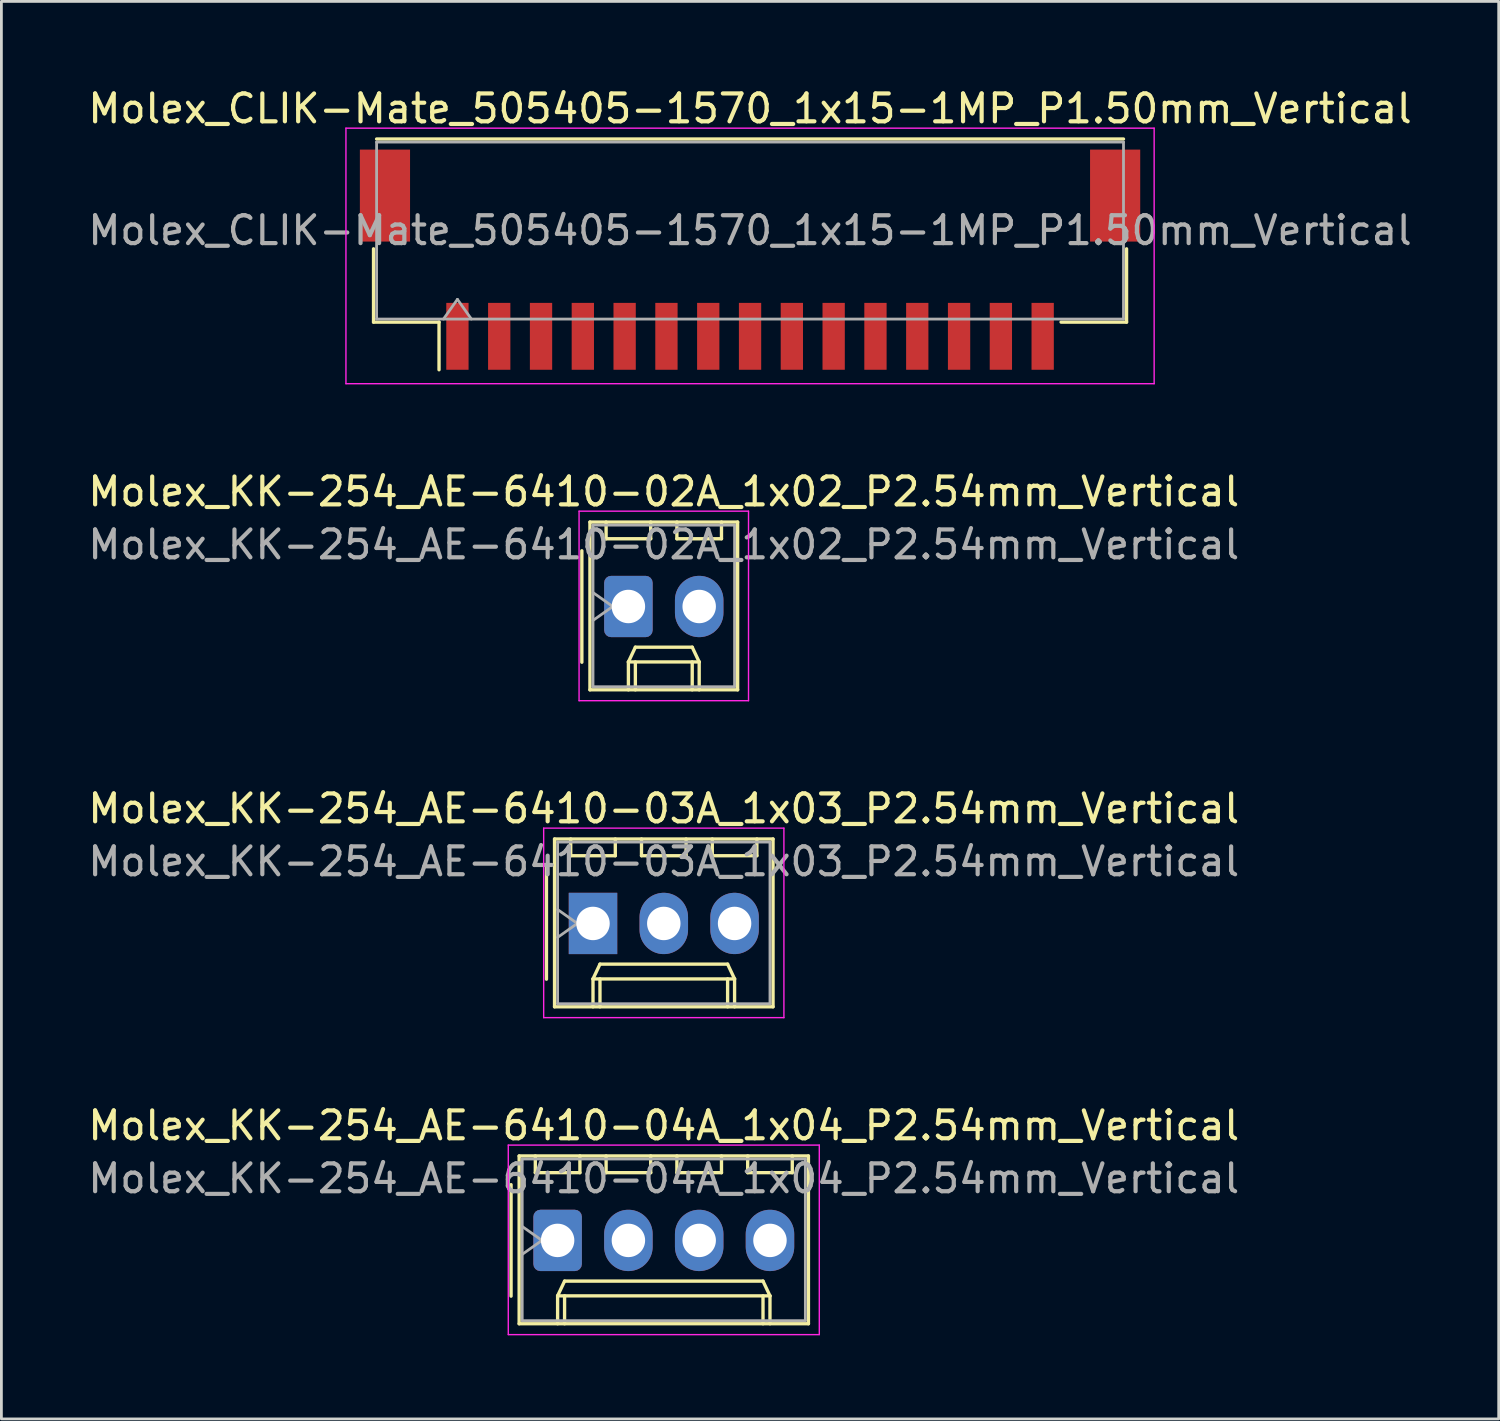
<source format=kicad_pcb>
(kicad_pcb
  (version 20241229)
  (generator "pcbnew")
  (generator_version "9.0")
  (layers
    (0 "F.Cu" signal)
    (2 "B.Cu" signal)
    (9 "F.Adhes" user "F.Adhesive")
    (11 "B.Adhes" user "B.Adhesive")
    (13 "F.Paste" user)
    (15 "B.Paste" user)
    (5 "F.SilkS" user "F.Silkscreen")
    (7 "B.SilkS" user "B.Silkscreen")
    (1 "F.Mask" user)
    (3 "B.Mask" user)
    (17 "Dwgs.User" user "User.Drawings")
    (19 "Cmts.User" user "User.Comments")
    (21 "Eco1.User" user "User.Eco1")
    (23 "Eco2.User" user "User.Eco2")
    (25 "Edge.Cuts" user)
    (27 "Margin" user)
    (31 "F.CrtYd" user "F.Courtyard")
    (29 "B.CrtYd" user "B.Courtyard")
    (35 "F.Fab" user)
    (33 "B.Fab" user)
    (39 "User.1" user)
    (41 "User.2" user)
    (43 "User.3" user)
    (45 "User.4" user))
  (footprint "Molex_KK-254_AE-6410-04A_1x04_P2.54mm_Vertical"
    (layer "F.Cu")
    (at 16.958 41.458)
    (property "Reference" "Molex_KK-254_AE-6410-04A_1x04_P2.54mm_Vertical" (at 3.81 -4.12 0) (layer "F.SilkS") (effects (font (size 1 1) (thickness 0.15))))
    (attr through_hole)
    (fp_line (start -1.67 -2) (end -1.67 2) (stroke (width 0.12) (type solid)) (layer "F.SilkS"))
    (fp_line (start -1.38 -3.03) (end -1.38 2.99) (stroke (width 0.12) (type solid)) (layer "F.SilkS"))
    (fp_line (start -1.38 2.99) (end 9 2.99) (stroke (width 0.12) (type solid)) (layer "F.SilkS"))
    (fp_line (start -0.8 -3.03) (end -0.8 -2.43) (stroke (width 0.12) (type solid)) (layer "F.SilkS"))
    (fp_line (start -0.8 -2.43) (end 0.8 -2.43) (stroke (width 0.12) (type solid)) (layer "F.SilkS"))
    (fp_line (start 0 1.99) (end 0.25 1.46) (stroke (width 0.12) (type solid)) (layer "F.SilkS"))
    (fp_line (start 0 1.99) (end 7.62 1.99) (stroke (width 0.12) (type solid)) (layer "F.SilkS"))
    (fp_line (start 0 2.99) (end 0 1.99) (stroke (width 0.12) (type solid)) (layer "F.SilkS"))
    (fp_line (start 0.25 1.46) (end 7.37 1.46) (stroke (width 0.12) (type solid)) (layer "F.SilkS"))
    (fp_line (start 0.25 2.99) (end 0.25 1.99) (stroke (width 0.12) (type solid)) (layer "F.SilkS"))
    (fp_line (start 0.8 -2.43) (end 0.8 -3.03) (stroke (width 0.12) (type solid)) (layer "F.SilkS"))
    (fp_line (start 1.74 -3.03) (end 1.74 -2.43) (stroke (width 0.12) (type solid)) (layer "F.SilkS"))
    (fp_line (start 1.74 -2.43) (end 3.34 -2.43) (stroke (width 0.12) (type solid)) (layer "F.SilkS"))
    (fp_line (start 3.34 -2.43) (end 3.34 -3.03) (stroke (width 0.12) (type solid)) (layer "F.SilkS"))
    (fp_line (start 4.28 -3.03) (end 4.28 -2.43) (stroke (width 0.12) (type solid)) (layer "F.SilkS"))
    (fp_line (start 4.28 -2.43) (end 5.88 -2.43) (stroke (width 0.12) (type solid)) (layer "F.SilkS"))
    (fp_line (start 5.88 -2.43) (end 5.88 -3.03) (stroke (width 0.12) (type solid)) (layer "F.SilkS"))
    (fp_line (start 6.82 -3.03) (end 6.82 -2.43) (stroke (width 0.12) (type solid)) (layer "F.SilkS"))
    (fp_line (start 6.82 -2.43) (end 8.42 -2.43) (stroke (width 0.12) (type solid)) (layer "F.SilkS"))
    (fp_line (start 7.37 1.46) (end 7.62 1.99) (stroke (width 0.12) (type solid)) (layer "F.SilkS"))
    (fp_line (start 7.37 2.99) (end 7.37 1.99) (stroke (width 0.12) (type solid)) (layer "F.SilkS"))
    (fp_line (start 7.62 1.99) (end 7.62 2.99) (stroke (width 0.12) (type solid)) (layer "F.SilkS"))
    (fp_line (start 8.42 -2.43) (end 8.42 -3.03) (stroke (width 0.12) (type solid)) (layer "F.SilkS"))
    (fp_line (start 9 -3.03) (end -1.38 -3.03) (stroke (width 0.12) (type solid)) (layer "F.SilkS"))
    (fp_line (start 9 2.99) (end 9 -3.03) (stroke (width 0.12) (type solid)) (layer "F.SilkS"))
    (fp_line (start -1.77 -3.42) (end -1.77 3.38) (stroke (width 0.05) (type solid)) (layer "F.CrtYd"))
    (fp_line (start -1.77 3.38) (end 9.39 3.38) (stroke (width 0.05) (type solid)) (layer "F.CrtYd"))
    (fp_line (start 9.39 -3.42) (end -1.77 -3.42) (stroke (width 0.05) (type solid)) (layer "F.CrtYd"))
    (fp_line (start 9.39 3.38) (end 9.39 -3.42) (stroke (width 0.05) (type solid)) (layer "F.CrtYd"))
    (fp_line (start -1.27 -2.92) (end -1.27 2.88) (stroke (width 0.1) (type solid)) (layer "F.Fab"))
    (fp_line (start -1.27 -0.5) (end -0.563 0) (stroke (width 0.1) (type solid)) (layer "F.Fab"))
    (fp_line (start -1.27 2.88) (end 8.89 2.88) (stroke (width 0.1) (type solid)) (layer "F.Fab"))
    (fp_line (start -0.563 0) (end -1.27 0.5) (stroke (width 0.1) (type solid)) (layer "F.Fab"))
    (fp_line (start 8.89 -2.92) (end -1.27 -2.92) (stroke (width 0.1) (type solid)) (layer "F.Fab"))
    (fp_line (start 8.89 2.88) (end 8.89 -2.92) (stroke (width 0.1) (type solid)) (layer "F.Fab"))
    (fp_text user "${REFERENCE}" (at 3.81 -2.22 0) (layer "F.Fab") (effects (font (size 1 1) (thickness 0.15))))
    (pad "1" thru_hole roundrect (at 0 0) (size 1.74 2.2) (drill 1.2) (layers "*.Cu" "*.Mask") (roundrect_rratio 0.144))
    (pad "2" thru_hole oval (at 2.54 0) (size 1.74 2.2) (drill 1.2) (layers "*.Cu" "*.Mask"))
    (pad "3" thru_hole oval (at 5.08 0) (size 1.74 2.2) (drill 1.2) (layers "*.Cu" "*.Mask"))
    (pad "4" thru_hole oval (at 7.62 0) (size 1.74 2.2) (drill 1.2) (layers "*.Cu" "*.Mask")))
  (footprint "Molex_KK-254_AE-6410-03A_1x03_P2.54mm_Vertical"
    (layer "F.Cu")
    (at 18.228 30.085)
    (property "Reference" "Molex_KK-254_AE-6410-03A_1x03_P2.54mm_Vertical" (at 2.54 -4.12 0) (layer "F.SilkS") (effects (font (size 1 1) (thickness 0.15))))
    (attr through_hole)
    (fp_line (start -1.67 -2) (end -1.67 2) (stroke (width 0.12) (type solid)) (layer "F.SilkS"))
    (fp_line (start -1.38 -3.03) (end -1.38 2.99) (stroke (width 0.12) (type solid)) (layer "F.SilkS"))
    (fp_line (start -1.38 2.99) (end 6.46 2.99) (stroke (width 0.12) (type solid)) (layer "F.SilkS"))
    (fp_line (start -0.8 -3.03) (end -0.8 -2.43) (stroke (width 0.12) (type solid)) (layer "F.SilkS"))
    (fp_line (start -0.8 -2.43) (end 0.8 -2.43) (stroke (width 0.12) (type solid)) (layer "F.SilkS"))
    (fp_line (start 0 1.99) (end 0.25 1.46) (stroke (width 0.12) (type solid)) (layer "F.SilkS"))
    (fp_line (start 0 1.99) (end 5.08 1.99) (stroke (width 0.12) (type solid)) (layer "F.SilkS"))
    (fp_line (start 0 2.99) (end 0 1.99) (stroke (width 0.12) (type solid)) (layer "F.SilkS"))
    (fp_line (start 0.25 1.46) (end 4.83 1.46) (stroke (width 0.12) (type solid)) (layer "F.SilkS"))
    (fp_line (start 0.25 2.99) (end 0.25 1.99) (stroke (width 0.12) (type solid)) (layer "F.SilkS"))
    (fp_line (start 0.8 -2.43) (end 0.8 -3.03) (stroke (width 0.12) (type solid)) (layer "F.SilkS"))
    (fp_line (start 1.74 -3.03) (end 1.74 -2.43) (stroke (width 0.12) (type solid)) (layer "F.SilkS"))
    (fp_line (start 1.74 -2.43) (end 3.34 -2.43) (stroke (width 0.12) (type solid)) (layer "F.SilkS"))
    (fp_line (start 3.34 -2.43) (end 3.34 -3.03) (stroke (width 0.12) (type solid)) (layer "F.SilkS"))
    (fp_line (start 4.28 -3.03) (end 4.28 -2.43) (stroke (width 0.12) (type solid)) (layer "F.SilkS"))
    (fp_line (start 4.28 -2.43) (end 5.88 -2.43) (stroke (width 0.12) (type solid)) (layer "F.SilkS"))
    (fp_line (start 4.83 1.46) (end 5.08 1.99) (stroke (width 0.12) (type solid)) (layer "F.SilkS"))
    (fp_line (start 4.83 2.99) (end 4.83 1.99) (stroke (width 0.12) (type solid)) (layer "F.SilkS"))
    (fp_line (start 5.08 1.99) (end 5.08 2.99) (stroke (width 0.12) (type solid)) (layer "F.SilkS"))
    (fp_line (start 5.88 -2.43) (end 5.88 -3.03) (stroke (width 0.12) (type solid)) (layer "F.SilkS"))
    (fp_line (start 6.46 -3.03) (end -1.38 -3.03) (stroke (width 0.12) (type solid)) (layer "F.SilkS"))
    (fp_line (start 6.46 2.99) (end 6.46 -3.03) (stroke (width 0.12) (type solid)) (layer "F.SilkS"))
    (fp_line (start -1.77 -3.42) (end -1.77 3.38) (stroke (width 0.05) (type solid)) (layer "F.CrtYd"))
    (fp_line (start -1.77 3.38) (end 6.85 3.38) (stroke (width 0.05) (type solid)) (layer "F.CrtYd"))
    (fp_line (start 6.85 -3.42) (end -1.77 -3.42) (stroke (width 0.05) (type solid)) (layer "F.CrtYd"))
    (fp_line (start 6.85 3.38) (end 6.85 -3.42) (stroke (width 0.05) (type solid)) (layer "F.CrtYd"))
    (fp_line (start -1.27 -2.92) (end -1.27 2.88) (stroke (width 0.1) (type solid)) (layer "F.Fab"))
    (fp_line (start -1.27 -0.5) (end -0.563 0) (stroke (width 0.1) (type solid)) (layer "F.Fab"))
    (fp_line (start -1.27 2.88) (end 6.35 2.88) (stroke (width 0.1) (type solid)) (layer "F.Fab"))
    (fp_line (start -0.563 0) (end -1.27 0.5) (stroke (width 0.1) (type solid)) (layer "F.Fab"))
    (fp_line (start 6.35 -2.92) (end -1.27 -2.92) (stroke (width 0.1) (type solid)) (layer "F.Fab"))
    (fp_line (start 6.35 2.88) (end 6.35 -2.92) (stroke (width 0.1) (type solid)) (layer "F.Fab"))
    (fp_text user "${REFERENCE}" (at 2.54 -2.22 0) (layer "F.Fab") (effects (font (size 1 1) (thickness 0.15))))
    (pad "1" thru_hole rect (at 0 0) (size 1.74 2.2) (drill 1.2) (layers "*.Cu" "*.Mask"))
    (pad "2" thru_hole oval (at 2.54 0) (size 1.74 2.2) (drill 1.2) (layers "*.Cu" "*.Mask"))
    (pad "3" thru_hole oval (at 5.08 0) (size 1.74 2.2) (drill 1.2) (layers "*.Cu" "*.Mask")))
  (footprint "Molex_KK-254_AE-6410-02A_1x02_P2.54mm_Vertical"
    (layer "F.Cu")
    (at 19.498 18.712)
    (property "Reference" "Molex_KK-254_AE-6410-02A_1x02_P2.54mm_Vertical" (at 1.27 -4.12 0) (layer "F.SilkS") (effects (font (size 1 1) (thickness 0.15))))
    (attr through_hole)
    (fp_line (start -1.67 -2) (end -1.67 2) (stroke (width 0.12) (type solid)) (layer "F.SilkS"))
    (fp_line (start -1.38 -3.03) (end -1.38 2.99) (stroke (width 0.12) (type solid)) (layer "F.SilkS"))
    (fp_line (start -1.38 2.99) (end 3.92 2.99) (stroke (width 0.12) (type solid)) (layer "F.SilkS"))
    (fp_line (start -0.8 -3.03) (end -0.8 -2.43) (stroke (width 0.12) (type solid)) (layer "F.SilkS"))
    (fp_line (start -0.8 -2.43) (end 0.8 -2.43) (stroke (width 0.12) (type solid)) (layer "F.SilkS"))
    (fp_line (start 0 1.99) (end 0.25 1.46) (stroke (width 0.12) (type solid)) (layer "F.SilkS"))
    (fp_line (start 0 1.99) (end 2.54 1.99) (stroke (width 0.12) (type solid)) (layer "F.SilkS"))
    (fp_line (start 0 2.99) (end 0 1.99) (stroke (width 0.12) (type solid)) (layer "F.SilkS"))
    (fp_line (start 0.25 1.46) (end 2.29 1.46) (stroke (width 0.12) (type solid)) (layer "F.SilkS"))
    (fp_line (start 0.25 2.99) (end 0.25 1.99) (stroke (width 0.12) (type solid)) (layer "F.SilkS"))
    (fp_line (start 0.8 -2.43) (end 0.8 -3.03) (stroke (width 0.12) (type solid)) (layer "F.SilkS"))
    (fp_line (start 1.74 -3.03) (end 1.74 -2.43) (stroke (width 0.12) (type solid)) (layer "F.SilkS"))
    (fp_line (start 1.74 -2.43) (end 3.34 -2.43) (stroke (width 0.12) (type solid)) (layer "F.SilkS"))
    (fp_line (start 2.29 1.46) (end 2.54 1.99) (stroke (width 0.12) (type solid)) (layer "F.SilkS"))
    (fp_line (start 2.29 2.99) (end 2.29 1.99) (stroke (width 0.12) (type solid)) (layer "F.SilkS"))
    (fp_line (start 2.54 1.99) (end 2.54 2.99) (stroke (width 0.12) (type solid)) (layer "F.SilkS"))
    (fp_line (start 3.34 -2.43) (end 3.34 -3.03) (stroke (width 0.12) (type solid)) (layer "F.SilkS"))
    (fp_line (start 3.92 -3.03) (end -1.38 -3.03) (stroke (width 0.12) (type solid)) (layer "F.SilkS"))
    (fp_line (start 3.92 2.99) (end 3.92 -3.03) (stroke (width 0.12) (type solid)) (layer "F.SilkS"))
    (fp_line (start -1.77 -3.42) (end -1.77 3.38) (stroke (width 0.05) (type solid)) (layer "F.CrtYd"))
    (fp_line (start -1.77 3.38) (end 4.31 3.38) (stroke (width 0.05) (type solid)) (layer "F.CrtYd"))
    (fp_line (start 4.31 -3.42) (end -1.77 -3.42) (stroke (width 0.05) (type solid)) (layer "F.CrtYd"))
    (fp_line (start 4.31 3.38) (end 4.31 -3.42) (stroke (width 0.05) (type solid)) (layer "F.CrtYd"))
    (fp_line (start -1.27 -2.92) (end -1.27 2.88) (stroke (width 0.1) (type solid)) (layer "F.Fab"))
    (fp_line (start -1.27 -0.5) (end -0.563 0) (stroke (width 0.1) (type solid)) (layer "F.Fab"))
    (fp_line (start -1.27 2.88) (end 3.81 2.88) (stroke (width 0.1) (type solid)) (layer "F.Fab"))
    (fp_line (start -0.563 0) (end -1.27 0.5) (stroke (width 0.1) (type solid)) (layer "F.Fab"))
    (fp_line (start 3.81 -2.92) (end -1.27 -2.92) (stroke (width 0.1) (type solid)) (layer "F.Fab"))
    (fp_line (start 3.81 2.88) (end 3.81 -2.92) (stroke (width 0.1) (type solid)) (layer "F.Fab"))
    (fp_text user "${REFERENCE}" (at 1.27 -2.22 0) (layer "F.Fab") (effects (font (size 1 1) (thickness 0.15))))
    (pad "1" thru_hole roundrect (at 0 0) (size 1.74 2.2) (drill 1.2) (layers "*.Cu" "*.Mask") (roundrect_rratio 0.144))
    (pad "2" thru_hole oval (at 2.54 0) (size 1.74 2.2) (drill 1.2) (layers "*.Cu" "*.Mask")))
  (footprint "Molex_CLIK-Mate_505405-1570_1x15-1MP_P1.50mm_Vertical"
    (layer "F.Cu")
    (at 23.863 6.268)
    (property "Reference" "Molex_CLIK-Mate_505405-1570_1x15-1MP_P1.50mm_Vertical" (at 0 -5.42 0) (layer "F.SilkS") (effects (font (size 1 1) (thickness 0.15))))
    (attr smd)
    (fp_line (start -13.51 -0.39) (end -13.51 2.24) (stroke (width 0.12) (type solid)) (layer "F.SilkS"))
    (fp_line (start -13.51 2.24) (end -11.16 2.24) (stroke (width 0.12) (type solid)) (layer "F.SilkS"))
    (fp_line (start -13.4 -4.33) (end 13.4 -4.33) (stroke (width 0.12) (type solid)) (layer "F.SilkS"))
    (fp_line (start -11.16 2.24) (end -11.16 3.95) (stroke (width 0.12) (type solid)) (layer "F.SilkS"))
    (fp_line (start 13.51 -0.39) (end 13.51 2.24) (stroke (width 0.12) (type solid)) (layer "F.SilkS"))
    (fp_line (start 13.51 2.24) (end 11.16 2.24) (stroke (width 0.12) (type solid)) (layer "F.SilkS"))
    (fp_line (start -14.5 -4.72) (end -14.5 4.45) (stroke (width 0.05) (type solid)) (layer "F.CrtYd"))
    (fp_line (start -14.5 4.45) (end 14.5 4.45) (stroke (width 0.05) (type solid)) (layer "F.CrtYd"))
    (fp_line (start 14.5 -4.72) (end -14.5 -4.72) (stroke (width 0.05) (type solid)) (layer "F.CrtYd"))
    (fp_line (start 14.5 4.45) (end 14.5 -4.72) (stroke (width 0.05) (type solid)) (layer "F.CrtYd"))
    (fp_line (start -13.4 -4.22) (end 13.4 -4.22) (stroke (width 0.1) (type solid)) (layer "F.Fab"))
    (fp_line (start -13.4 2.13) (end -13.4 -4.22) (stroke (width 0.1) (type solid)) (layer "F.Fab"))
    (fp_line (start -13.4 2.13) (end 13.4 2.13) (stroke (width 0.1) (type solid)) (layer "F.Fab"))
    (fp_line (start -11 2.13) (end -10.5 1.423) (stroke (width 0.1) (type solid)) (layer "F.Fab"))
    (fp_line (start -10.5 1.423) (end -10 2.13) (stroke (width 0.1) (type solid)) (layer "F.Fab"))
    (fp_line (start 13.4 2.13) (end 13.4 -4.22) (stroke (width 0.1) (type solid)) (layer "F.Fab"))
    (fp_text user "${REFERENCE}" (at 0 -1.05 0) (layer "F.Fab") (effects (font (size 1 1) (thickness 0.15))))
    (pad "1" smd rect (at -10.5 2.75) (size 0.8 2.4) (layers "F.Cu" "F.Mask" "F.Paste"))
    (pad "2" smd rect (at -9 2.75) (size 0.8 2.4) (layers "F.Cu" "F.Mask" "F.Paste"))
    (pad "3" smd rect (at -7.5 2.75) (size 0.8 2.4) (layers "F.Cu" "F.Mask" "F.Paste"))
    (pad "4" smd rect (at -6 2.75) (size 0.8 2.4) (layers "F.Cu" "F.Mask" "F.Paste"))
    (pad "5" smd rect (at -4.5 2.75) (size 0.8 2.4) (layers "F.Cu" "F.Mask" "F.Paste"))
    (pad "6" smd rect (at -3 2.75) (size 0.8 2.4) (layers "F.Cu" "F.Mask" "F.Paste"))
    (pad "7" smd rect (at -1.5 2.75) (size 0.8 2.4) (layers "F.Cu" "F.Mask" "F.Paste"))
    (pad "8" smd rect (at 0 2.75) (size 0.8 2.4) (layers "F.Cu" "F.Mask" "F.Paste"))
    (pad "9" smd rect (at 1.5 2.75) (size 0.8 2.4) (layers "F.Cu" "F.Mask" "F.Paste"))
    (pad "10" smd rect (at 3 2.75) (size 0.8 2.4) (layers "F.Cu" "F.Mask" "F.Paste"))
    (pad "11" smd rect (at 4.5 2.75) (size 0.8 2.4) (layers "F.Cu" "F.Mask" "F.Paste"))
    (pad "12" smd rect (at 6 2.75) (size 0.8 2.4) (layers "F.Cu" "F.Mask" "F.Paste"))
    (pad "13" smd rect (at 7.5 2.75) (size 0.8 2.4) (layers "F.Cu" "F.Mask" "F.Paste"))
    (pad "14" smd rect (at 9 2.75) (size 0.8 2.4) (layers "F.Cu" "F.Mask" "F.Paste"))
    (pad "15" smd rect (at 10.5 2.75) (size 0.8 2.4) (layers "F.Cu" "F.Mask" "F.Paste"))
    (pad "MP" smd rect (at -13.1 -2.3) (size 1.8 3.3) (layers "F.Cu" "F.Mask" "F.Paste"))
    (pad "MP" smd rect (at 13.1 -2.3) (size 1.8 3.3) (layers "F.Cu" "F.Mask" "F.Paste")))
  (gr_rect
    (start -3 -3)
    (end 50.726 47.863)
    (stroke (width 0.1) (type default))
    (fill no)
    (layer "Edge.Cuts")))
</source>
